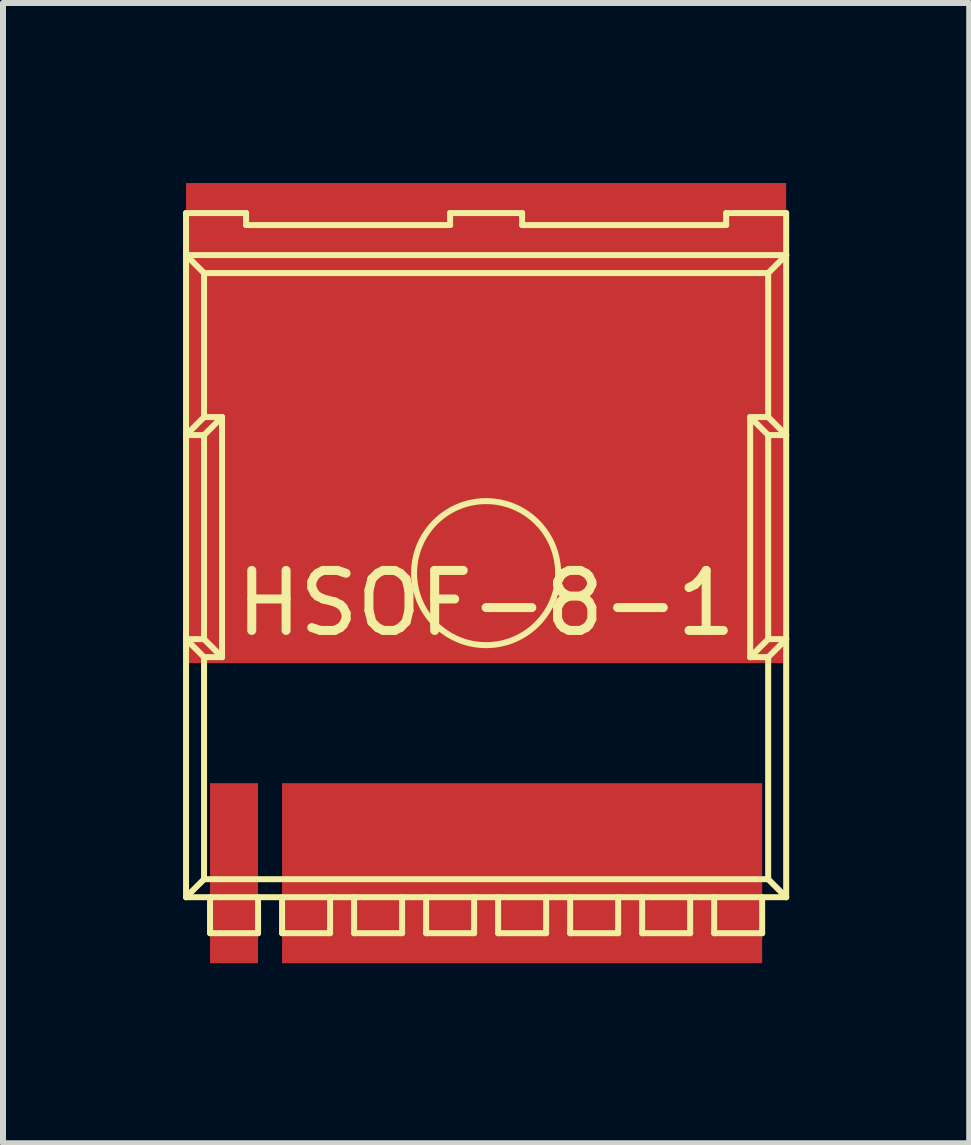
<source format=kicad_pcb>
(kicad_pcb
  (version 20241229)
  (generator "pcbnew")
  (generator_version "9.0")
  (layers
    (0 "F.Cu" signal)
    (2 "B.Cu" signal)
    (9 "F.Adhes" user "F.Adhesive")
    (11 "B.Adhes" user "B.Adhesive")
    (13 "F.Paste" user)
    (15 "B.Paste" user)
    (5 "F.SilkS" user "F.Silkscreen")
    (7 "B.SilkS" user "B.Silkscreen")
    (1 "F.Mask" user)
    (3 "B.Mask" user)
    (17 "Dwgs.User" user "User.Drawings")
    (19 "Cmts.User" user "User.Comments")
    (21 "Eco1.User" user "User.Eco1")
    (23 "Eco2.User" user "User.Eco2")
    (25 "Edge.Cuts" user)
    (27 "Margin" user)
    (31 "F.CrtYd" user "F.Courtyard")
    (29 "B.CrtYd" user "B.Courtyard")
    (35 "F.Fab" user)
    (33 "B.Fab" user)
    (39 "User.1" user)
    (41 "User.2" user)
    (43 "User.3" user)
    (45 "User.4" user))
  (footprint "HSOF-8-1"
    (layer "F.Cu")
    (at 5.05 6.5)
    (property "Reference" "HSOF-8-1" (at 0 0.5 0) (layer "F.SilkS") (effects (font (size 1 1) (thickness 0.15))))
    (attr through_hole)
    (fp_line (start -5 -6) (end -5 -5.3) (stroke (width 0.1) (type solid)) (layer "F.SilkS"))
    (fp_line (start -5 -5.3) (end -5 5.4) (stroke (width 0.1) (type solid)) (layer "F.SilkS"))
    (fp_line (start -5 -5.3) (end -4.7 -5) (stroke (width 0.1) (type solid)) (layer "F.SilkS"))
    (fp_line (start -5 -5.3) (end 5 -5.3) (stroke (width 0.1) (type solid)) (layer "F.SilkS"))
    (fp_line (start -5 5.4) (end 5 5.4) (stroke (width 0.1) (type solid)) (layer "F.SilkS"))
    (fp_line (start -4.7 -5) (end 4.7 -5) (stroke (width 0.1) (type solid)) (layer "F.SilkS"))
    (fp_line (start -4.7 -2.6) (end -5 -2.3) (stroke (width 0.1) (type solid)) (layer "F.SilkS"))
    (fp_line (start -4.7 -2.6) (end -4.7 -5) (stroke (width 0.1) (type solid)) (layer "F.SilkS"))
    (fp_line (start -4.7 -2.3) (end -5 -2.3) (stroke (width 0.1) (type solid)) (layer "F.SilkS"))
    (fp_line (start -4.7 -2.3) (end -4.7 1.1) (stroke (width 0.1) (type solid)) (layer "F.SilkS"))
    (fp_line (start -4.7 1.1) (end -5 1.1) (stroke (width 0.1) (type solid)) (layer "F.SilkS"))
    (fp_line (start -4.7 1.1) (end -4.4 1.4) (stroke (width 0.1) (type solid)) (layer "F.SilkS"))
    (fp_line (start -4.7 1.4) (end -5 1.1) (stroke (width 0.1) (type solid)) (layer "F.SilkS"))
    (fp_line (start -4.7 1.4) (end -4.7 5.1) (stroke (width 0.1) (type solid)) (layer "F.SilkS"))
    (fp_line (start -4.7 1.4) (end -4.4 1.4) (stroke (width 0.1) (type solid)) (layer "F.SilkS"))
    (fp_line (start -4.7 5.1) (end -5 5.4) (stroke (width 0.1) (type solid)) (layer "F.SilkS"))
    (fp_line (start -4.7 5.1) (end 4.7 5.1) (stroke (width 0.1) (type solid)) (layer "F.SilkS"))
    (fp_line (start -4.6 5.4) (end -4.6 6) (stroke (width 0.1) (type solid)) (layer "F.SilkS"))
    (fp_line (start -4.4 -2.6) (end -4.7 -2.6) (stroke (width 0.1) (type solid)) (layer "F.SilkS"))
    (fp_line (start -4.4 -2.6) (end -4.7 -2.3) (stroke (width 0.1) (type solid)) (layer "F.SilkS"))
    (fp_line (start -4.4 1.4) (end -4.4 -2.6) (stroke (width 0.1) (type solid)) (layer "F.SilkS"))
    (fp_line (start -4 -6) (end -5 -6) (stroke (width 0.1) (type solid)) (layer "F.SilkS"))
    (fp_line (start -4 -5.8) (end -4 -6) (stroke (width 0.1) (type solid)) (layer "F.SilkS"))
    (fp_line (start -3.8 5.4) (end -3.8 6) (stroke (width 0.1) (type solid)) (layer "F.SilkS"))
    (fp_line (start -3.8 6) (end -4.6 6) (stroke (width 0.1) (type solid)) (layer "F.SilkS"))
    (fp_line (start -3.4 6) (end -3.4 5.4) (stroke (width 0.1) (type solid)) (layer "F.SilkS"))
    (fp_line (start -2.6 5.4) (end -2.6 6) (stroke (width 0.1) (type solid)) (layer "F.SilkS"))
    (fp_line (start -2.6 6) (end -3.4 6) (stroke (width 0.1) (type solid)) (layer "F.SilkS"))
    (fp_line (start -2.2 6) (end -2.2 5.4) (stroke (width 0.1) (type solid)) (layer "F.SilkS"))
    (fp_line (start -1.4 5.4) (end -1.4 6) (stroke (width 0.1) (type solid)) (layer "F.SilkS"))
    (fp_line (start -1.4 6) (end -2.2 6) (stroke (width 0.1) (type solid)) (layer "F.SilkS"))
    (fp_line (start -1 6) (end -1 5.4) (stroke (width 0.1) (type solid)) (layer "F.SilkS"))
    (fp_line (start -0.6 -6) (end -0.6 -5.8) (stroke (width 0.1) (type solid)) (layer "F.SilkS"))
    (fp_line (start -0.6 -6) (end 0.6 -6) (stroke (width 0.1) (type solid)) (layer "F.SilkS"))
    (fp_line (start -0.6 -5.8) (end -4 -5.8) (stroke (width 0.1) (type solid)) (layer "F.SilkS"))
    (fp_line (start -0.2 5.4) (end -0.2 6) (stroke (width 0.1) (type solid)) (layer "F.SilkS"))
    (fp_line (start -0.2 6) (end -1 6) (stroke (width 0.1) (type solid)) (layer "F.SilkS"))
    (fp_line (start 0.2 5.4) (end 0.2 6) (stroke (width 0.1) (type solid)) (layer "F.SilkS"))
    (fp_line (start 0.2 6) (end 1 6) (stroke (width 0.1) (type solid)) (layer "F.SilkS"))
    (fp_line (start 0.6 -6) (end 0.6 -5.8) (stroke (width 0.1) (type solid)) (layer "F.SilkS"))
    (fp_line (start 1 6) (end 1 5.4) (stroke (width 0.1) (type solid)) (layer "F.SilkS"))
    (fp_line (start 1.4 5.4) (end 1.4 6) (stroke (width 0.1) (type solid)) (layer "F.SilkS"))
    (fp_line (start 1.4 6) (end 2.2 6) (stroke (width 0.1) (type solid)) (layer "F.SilkS"))
    (fp_line (start 2.2 6) (end 2.2 5.4) (stroke (width 0.1) (type solid)) (layer "F.SilkS"))
    (fp_line (start 2.6 5.4) (end 2.6 6) (stroke (width 0.1) (type solid)) (layer "F.SilkS"))
    (fp_line (start 2.6 6) (end 3.4 6) (stroke (width 0.1) (type solid)) (layer "F.SilkS"))
    (fp_line (start 3.4 6) (end 3.4 5.4) (stroke (width 0.1) (type solid)) (layer "F.SilkS"))
    (fp_line (start 3.8 5.4) (end 3.8 6) (stroke (width 0.1) (type solid)) (layer "F.SilkS"))
    (fp_line (start 3.8 6) (end 4.6 6) (stroke (width 0.1) (type solid)) (layer "F.SilkS"))
    (fp_line (start 4 -6) (end 4 -5.8) (stroke (width 0.1) (type solid)) (layer "F.SilkS"))
    (fp_line (start 4 -6) (end 5 -6) (stroke (width 0.1) (type solid)) (layer "F.SilkS"))
    (fp_line (start 4 -5.8) (end 0.6 -5.8) (stroke (width 0.1) (type solid)) (layer "F.SilkS"))
    (fp_line (start 4.4 -2.6) (end 4.7 -2.6) (stroke (width 0.1) (type solid)) (layer "F.SilkS"))
    (fp_line (start 4.4 -2.6) (end 4.7 -2.3) (stroke (width 0.1) (type solid)) (layer "F.SilkS"))
    (fp_line (start 4.4 1.4) (end 4.4 -2.6) (stroke (width 0.1) (type solid)) (layer "F.SilkS"))
    (fp_line (start 4.6 6) (end 4.6 5.4) (stroke (width 0.1) (type solid)) (layer "F.SilkS"))
    (fp_line (start 4.7 -5) (end 5 -5.3) (stroke (width 0.1) (type solid)) (layer "F.SilkS"))
    (fp_line (start 4.7 -2.6) (end 4.7 -5) (stroke (width 0.1) (type solid)) (layer "F.SilkS"))
    (fp_line (start 4.7 -2.6) (end 5 -2.3) (stroke (width 0.1) (type solid)) (layer "F.SilkS"))
    (fp_line (start 4.7 -2.3) (end 4.7 1.1) (stroke (width 0.1) (type solid)) (layer "F.SilkS"))
    (fp_line (start 4.7 -2.3) (end 5 -2.3) (stroke (width 0.1) (type solid)) (layer "F.SilkS"))
    (fp_line (start 4.7 1.1) (end 4.4 1.4) (stroke (width 0.1) (type solid)) (layer "F.SilkS"))
    (fp_line (start 4.7 1.1) (end 5 1.1) (stroke (width 0.1) (type solid)) (layer "F.SilkS"))
    (fp_line (start 4.7 1.4) (end 4.4 1.4) (stroke (width 0.1) (type solid)) (layer "F.SilkS"))
    (fp_line (start 4.7 1.4) (end 5 1.1) (stroke (width 0.1) (type solid)) (layer "F.SilkS"))
    (fp_line (start 4.7 5.1) (end 4.7 1.4) (stroke (width 0.1) (type solid)) (layer "F.SilkS"))
    (fp_line (start 5 -6) (end 5 -5.3) (stroke (width 0.1) (type solid)) (layer "F.SilkS"))
    (fp_line (start 5 5.4) (end 4.7 5.1) (stroke (width 0.1) (type solid)) (layer "F.SilkS"))
    (fp_line (start 5 5.4) (end 5 -5.3) (stroke (width 0.1) (type solid)) (layer "F.SilkS"))
    (fp_circle (center 0 0) (end 1.2 0) (stroke (width 0.1) (type solid)) (fill no) (layer "F.SilkS"))
    (pad "D" smd rect (at 0 -2.5) (size 10 8) (layers "F.Cu" "F.Mask" "F.Paste"))
    (pad "G" smd rect (at -4.2 5) (size 0.8 3) (layers "F.Cu" "F.Mask" "F.Paste"))
    (pad "S" smd rect (at 0.6 5) (size 8 3) (layers "F.Cu" "F.Mask" "F.Paste")))
  (gr_rect
    (start -3 -3)
    (end 13.1 16)
    (stroke (width 0.1) (type default))
    (fill no)
    (layer "Edge.Cuts")))
</source>
